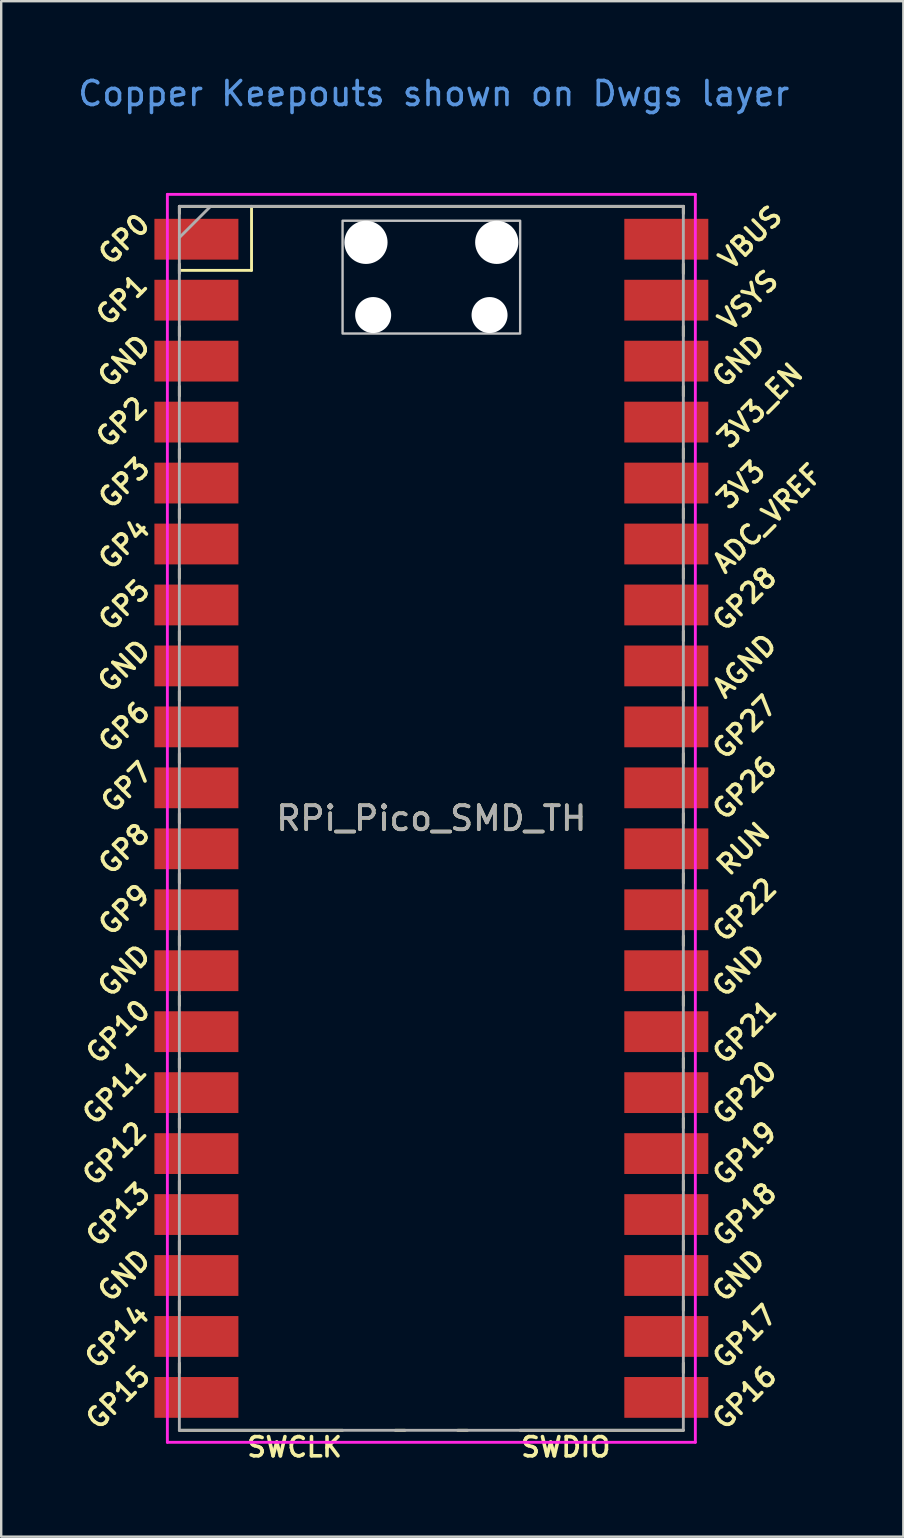
<source format=kicad_pcb>
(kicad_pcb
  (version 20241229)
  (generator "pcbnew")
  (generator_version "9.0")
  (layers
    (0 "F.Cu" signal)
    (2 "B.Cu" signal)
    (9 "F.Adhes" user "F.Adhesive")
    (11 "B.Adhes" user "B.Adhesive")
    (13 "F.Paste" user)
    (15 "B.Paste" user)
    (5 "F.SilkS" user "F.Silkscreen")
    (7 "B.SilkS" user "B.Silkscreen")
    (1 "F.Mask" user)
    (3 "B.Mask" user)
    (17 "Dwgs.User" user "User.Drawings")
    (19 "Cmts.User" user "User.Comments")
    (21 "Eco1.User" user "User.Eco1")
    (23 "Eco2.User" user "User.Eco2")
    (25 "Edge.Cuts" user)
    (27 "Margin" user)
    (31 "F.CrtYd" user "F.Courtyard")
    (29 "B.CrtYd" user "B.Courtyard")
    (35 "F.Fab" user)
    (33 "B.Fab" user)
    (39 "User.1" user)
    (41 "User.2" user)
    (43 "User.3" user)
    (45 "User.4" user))
  (footprint "RPi_Pico_SMD_TH"
    (layer "F.Cu")
    (at 14.924 31.048)
    (property "Reference" "RPi_Pico_SMD_TH" (at 0 0 0) (layer "F.SilkS") (effects (font (size 1 1) (thickness 0.15))))
    (attr through_hole)
    (fp_line (start -10.5 -25.5) (end -10.5 -25.2) (stroke (width 0.12) (type solid)) (layer "F.SilkS"))
    (fp_line (start -10.5 -25.5) (end 10.5 -25.5) (stroke (width 0.12) (type solid)) (layer "F.SilkS"))
    (fp_line (start -10.5 -23.1) (end -10.5 -22.7) (stroke (width 0.12) (type solid)) (layer "F.SilkS"))
    (fp_line (start -10.5 -22.833) (end -7.493 -22.833) (stroke (width 0.12) (type solid)) (layer "F.SilkS"))
    (fp_line (start -10.5 -20.5) (end -10.5 -20.1) (stroke (width 0.12) (type solid)) (layer "F.SilkS"))
    (fp_line (start -10.5 -18) (end -10.5 -17.6) (stroke (width 0.12) (type solid)) (layer "F.SilkS"))
    (fp_line (start -10.5 -15.4) (end -10.5 -15) (stroke (width 0.12) (type solid)) (layer "F.SilkS"))
    (fp_line (start -10.5 -12.9) (end -10.5 -12.5) (stroke (width 0.12) (type solid)) (layer "F.SilkS"))
    (fp_line (start -10.5 -10.4) (end -10.5 -10) (stroke (width 0.12) (type solid)) (layer "F.SilkS"))
    (fp_line (start -10.5 -7.8) (end -10.5 -7.4) (stroke (width 0.12) (type solid)) (layer "F.SilkS"))
    (fp_line (start -10.5 -5.3) (end -10.5 -4.9) (stroke (width 0.12) (type solid)) (layer "F.SilkS"))
    (fp_line (start -10.5 -2.7) (end -10.5 -2.3) (stroke (width 0.12) (type solid)) (layer "F.SilkS"))
    (fp_line (start -10.5 -0.2) (end -10.5 0.2) (stroke (width 0.12) (type solid)) (layer "F.SilkS"))
    (fp_line (start -10.5 2.3) (end -10.5 2.7) (stroke (width 0.12) (type solid)) (layer "F.SilkS"))
    (fp_line (start -10.5 4.9) (end -10.5 5.3) (stroke (width 0.12) (type solid)) (layer "F.SilkS"))
    (fp_line (start -10.5 7.4) (end -10.5 7.8) (stroke (width 0.12) (type solid)) (layer "F.SilkS"))
    (fp_line (start -10.5 10) (end -10.5 10.4) (stroke (width 0.12) (type solid)) (layer "F.SilkS"))
    (fp_line (start -10.5 12.5) (end -10.5 12.9) (stroke (width 0.12) (type solid)) (layer "F.SilkS"))
    (fp_line (start -10.5 15.1) (end -10.5 15.5) (stroke (width 0.12) (type solid)) (layer "F.SilkS"))
    (fp_line (start -10.5 17.6) (end -10.5 18) (stroke (width 0.12) (type solid)) (layer "F.SilkS"))
    (fp_line (start -10.5 20.1) (end -10.5 20.5) (stroke (width 0.12) (type solid)) (layer "F.SilkS"))
    (fp_line (start -10.5 22.7) (end -10.5 23.1) (stroke (width 0.12) (type solid)) (layer "F.SilkS"))
    (fp_line (start -7.493 -22.833) (end -7.493 -25.5) (stroke (width 0.12) (type solid)) (layer "F.SilkS"))
    (fp_line (start -3.7 25.5) (end -10.5 25.5) (stroke (width 0.12) (type solid)) (layer "F.SilkS"))
    (fp_line (start -1.5 25.5) (end -1.1 25.5) (stroke (width 0.12) (type solid)) (layer "F.SilkS"))
    (fp_line (start 1.1 25.5) (end 1.5 25.5) (stroke (width 0.12) (type solid)) (layer "F.SilkS"))
    (fp_line (start 10.5 -25.5) (end 10.5 -25.2) (stroke (width 0.12) (type solid)) (layer "F.SilkS"))
    (fp_line (start 10.5 -23.1) (end 10.5 -22.7) (stroke (width 0.12) (type solid)) (layer "F.SilkS"))
    (fp_line (start 10.5 -20.5) (end 10.5 -20.1) (stroke (width 0.12) (type solid)) (layer "F.SilkS"))
    (fp_line (start 10.5 -18) (end 10.5 -17.6) (stroke (width 0.12) (type solid)) (layer "F.SilkS"))
    (fp_line (start 10.5 -15.4) (end 10.5 -15) (stroke (width 0.12) (type solid)) (layer "F.SilkS"))
    (fp_line (start 10.5 -12.9) (end 10.5 -12.5) (stroke (width 0.12) (type solid)) (layer "F.SilkS"))
    (fp_line (start 10.5 -10.4) (end 10.5 -10) (stroke (width 0.12) (type solid)) (layer "F.SilkS"))
    (fp_line (start 10.5 -7.8) (end 10.5 -7.4) (stroke (width 0.12) (type solid)) (layer "F.SilkS"))
    (fp_line (start 10.5 -5.3) (end 10.5 -4.9) (stroke (width 0.12) (type solid)) (layer "F.SilkS"))
    (fp_line (start 10.5 -2.7) (end 10.5 -2.3) (stroke (width 0.12) (type solid)) (layer "F.SilkS"))
    (fp_line (start 10.5 -0.2) (end 10.5 0.2) (stroke (width 0.12) (type solid)) (layer "F.SilkS"))
    (fp_line (start 10.5 2.3) (end 10.5 2.7) (stroke (width 0.12) (type solid)) (layer "F.SilkS"))
    (fp_line (start 10.5 4.9) (end 10.5 5.3) (stroke (width 0.12) (type solid)) (layer "F.SilkS"))
    (fp_line (start 10.5 7.4) (end 10.5 7.8) (stroke (width 0.12) (type solid)) (layer "F.SilkS"))
    (fp_line (start 10.5 10) (end 10.5 10.4) (stroke (width 0.12) (type solid)) (layer "F.SilkS"))
    (fp_line (start 10.5 12.5) (end 10.5 12.9) (stroke (width 0.12) (type solid)) (layer "F.SilkS"))
    (fp_line (start 10.5 15.1) (end 10.5 15.5) (stroke (width 0.12) (type solid)) (layer "F.SilkS"))
    (fp_line (start 10.5 17.6) (end 10.5 18) (stroke (width 0.12) (type solid)) (layer "F.SilkS"))
    (fp_line (start 10.5 20.1) (end 10.5 20.5) (stroke (width 0.12) (type solid)) (layer "F.SilkS"))
    (fp_line (start 10.5 22.7) (end 10.5 23.1) (stroke (width 0.12) (type solid)) (layer "F.SilkS"))
    (fp_line (start 10.5 25.5) (end 3.7 25.5) (stroke (width 0.12) (type solid)) (layer "F.SilkS"))
    (fp_poly (pts (xy 3.7 -20.2) (xy -3.7 -20.2) (xy -3.7 -24.9) (xy 3.7 -24.9)) (stroke (width 0.1) (type solid)) (fill no) (layer "Dwgs.User"))
    (fp_line (start -11 -26) (end 11 -26) (stroke (width 0.12) (type solid)) (layer "F.CrtYd"))
    (fp_line (start -11 26) (end -11 -26) (stroke (width 0.12) (type solid)) (layer "F.CrtYd"))
    (fp_line (start 11 -26) (end 11 26) (stroke (width 0.12) (type solid)) (layer "F.CrtYd"))
    (fp_line (start 11 26) (end -11 26) (stroke (width 0.12) (type solid)) (layer "F.CrtYd"))
    (fp_line (start -10.5 -25.5) (end 10.5 -25.5) (stroke (width 0.12) (type solid)) (layer "F.Fab"))
    (fp_line (start -10.5 -24.2) (end -9.2 -25.5) (stroke (width 0.12) (type solid)) (layer "F.Fab"))
    (fp_line (start -10.5 25.5) (end -10.5 -25.5) (stroke (width 0.12) (type solid)) (layer "F.Fab"))
    (fp_line (start 10.5 -25.5) (end 10.5 25.5) (stroke (width 0.12) (type solid)) (layer "F.Fab"))
    (fp_line (start 10.5 25.5) (end -10.5 25.5) (stroke (width 0.12) (type solid)) (layer "F.Fab"))
    (fp_text user "AGND" (at 13.054 -6.35 45) (layer "F.SilkS") (effects (font (size 0.8 0.8) (thickness 0.15))))
    (fp_text user "SWDIO" (at 5.6 26.2 0) (layer "F.SilkS") (effects (font (size 0.8 0.8) (thickness 0.15))))
    (fp_text user "GP27" (at 13.054 -3.8 45) (layer "F.SilkS") (effects (font (size 0.8 0.8) (thickness 0.15))))
    (fp_text user "GP3" (at -12.8 -13.97 45) (layer "F.SilkS") (effects (font (size 0.8 0.8) (thickness 0.15))))
    (fp_text user "GND" (at -12.8 -19.05 45) (layer "F.SilkS") (effects (font (size 0.8 0.8) (thickness 0.15))))
    (fp_text user "GP12" (at -13.2 13.97 45) (layer "F.SilkS") (effects (font (size 0.8 0.8) (thickness 0.15))))
    (fp_text user "GP6" (at -12.8 -3.81 45) (layer "F.SilkS") (effects (font (size 0.8 0.8) (thickness 0.15))))
    (fp_text user "GND" (at -12.8 -6.35 45) (layer "F.SilkS") (effects (font (size 0.8 0.8) (thickness 0.15))))
    (fp_text user "SWCLK" (at -5.7 26.2 0) (layer "F.SilkS") (effects (font (size 0.8 0.8) (thickness 0.15))))
    (fp_text user "GP13" (at -13.054 16.51 45) (layer "F.SilkS") (effects (font (size 0.8 0.8) (thickness 0.15))))
    (fp_text user "GP15" (at -13.054 24.13 45) (layer "F.SilkS") (effects (font (size 0.8 0.8) (thickness 0.15))))
    (fp_text user "GP16" (at 13.054 24.13 45) (layer "F.SilkS") (effects (font (size 0.8 0.8) (thickness 0.15))))
    (fp_text user "GP0" (at -12.8 -24.13 45) (layer "F.SilkS") (effects (font (size 0.8 0.8) (thickness 0.15))))
    (fp_text user "VBUS" (at 13.3 -24.2 45) (layer "F.SilkS") (effects (font (size 0.8 0.8) (thickness 0.15))))
    (fp_text user "ADC_VREF" (at 14 -12.5 45) (layer "F.SilkS") (effects (font (size 0.8 0.8) (thickness 0.15))))
    (fp_text user "GP20" (at 13.054 11.43 45) (layer "F.SilkS") (effects (font (size 0.8 0.8) (thickness 0.15))))
    (fp_text user "GP11" (at -13.2 11.43 45) (layer "F.SilkS") (effects (font (size 0.8 0.8) (thickness 0.15))))
    (fp_text user "GP28" (at 13.054 -9.144 45) (layer "F.SilkS") (effects (font (size 0.8 0.8) (thickness 0.15))))
    (fp_text user "3V3_EN" (at 13.7 -17.2 45) (layer "F.SilkS") (effects (font (size 0.8 0.8) (thickness 0.15))))
    (fp_text user "GND" (at -12.8 6.35 45) (layer "F.SilkS") (effects (font (size 0.8 0.8) (thickness 0.15))))
    (fp_text user "GP19" (at 13.054 13.97 45) (layer "F.SilkS") (effects (font (size 0.8 0.8) (thickness 0.15))))
    (fp_text user "3V3" (at 12.9 -13.9 45) (layer "F.SilkS") (effects (font (size 0.8 0.8) (thickness 0.15))))
    (fp_text user "GP22" (at 13.054 3.81 45) (layer "F.SilkS") (effects (font (size 0.8 0.8) (thickness 0.15))))
    (fp_text user "GP17" (at 13.054 21.59 45) (layer "F.SilkS") (effects (font (size 0.8 0.8) (thickness 0.15))))
    (fp_text user "GP9" (at -12.8 3.81 45) (layer "F.SilkS") (effects (font (size 0.8 0.8) (thickness 0.15))))
    (fp_text user "GND" (at -12.8 19.05 45) (layer "F.SilkS") (effects (font (size 0.8 0.8) (thickness 0.15))))
    (fp_text user "VSYS" (at 13.2 -21.59 45) (layer "F.SilkS") (effects (font (size 0.8 0.8) (thickness 0.15))))
    (fp_text user "GP7" (at -12.7 -1.3 45) (layer "F.SilkS") (effects (font (size 0.8 0.8) (thickness 0.15))))
    (fp_text user "GP21" (at 13.054 8.9 45) (layer "F.SilkS") (effects (font (size 0.8 0.8) (thickness 0.15))))
    (fp_text user "GND" (at 12.8 19.05 45) (layer "F.SilkS") (effects (font (size 0.8 0.8) (thickness 0.15))))
    (fp_text user "GND" (at 12.8 -19.05 45) (layer "F.SilkS") (effects (font (size 0.8 0.8) (thickness 0.15))))
    (fp_text user "GND" (at 12.8 6.35 45) (layer "F.SilkS") (effects (font (size 0.8 0.8) (thickness 0.15))))
    (fp_text user "GP4" (at -12.8 -11.43 45) (layer "F.SilkS") (effects (font (size 0.8 0.8) (thickness 0.15))))
    (fp_text user "RUN" (at 13 1.27 45) (layer "F.SilkS") (effects (font (size 0.8 0.8) (thickness 0.15))))
    (fp_text user "GP26" (at 13.054 -1.27 45) (layer "F.SilkS") (effects (font (size 0.8 0.8) (thickness 0.15))))
    (fp_text user "GP2" (at -12.9 -16.51 45) (layer "F.SilkS") (effects (font (size 0.8 0.8) (thickness 0.15))))
    (fp_text user "GP14" (at -13.1 21.59 45) (layer "F.SilkS") (effects (font (size 0.8 0.8) (thickness 0.15))))
    (fp_text user "GP5" (at -12.8 -8.89 45) (layer "F.SilkS") (effects (font (size 0.8 0.8) (thickness 0.15))))
    (fp_text user "GP10" (at -13.054 8.89 45) (layer "F.SilkS") (effects (font (size 0.8 0.8) (thickness 0.15))))
    (fp_text user "GP1" (at -12.9 -21.6 45) (layer "F.SilkS") (effects (font (size 0.8 0.8) (thickness 0.15))))
    (fp_text user "GP18" (at 13.054 16.51 45) (layer "F.SilkS") (effects (font (size 0.8 0.8) (thickness 0.15))))
    (fp_text user "GP8" (at -12.8 1.27 45) (layer "F.SilkS") (effects (font (size 0.8 0.8) (thickness 0.15))))
    (fp_text user "Copper Keepouts shown on Dwgs layer" (at 0.1 -30.2 0) (layer "Cmts.User") (effects (font (size 1 1) (thickness 0.15))))
    (fp_text user "${REFERENCE}" (at 0 0 180) (layer "F.Fab") (effects (font (size 1 1) (thickness 0.15))))
    (pad "" np_thru_hole oval (at -2.725 -24) (size 1.8 1.8) (drill 1.8) (layers "*.Cu" "*.Mask"))
    (pad "" np_thru_hole oval (at -2.425 -20.97) (size 1.5 1.5) (drill 1.5) (layers "*.Cu" "*.Mask"))
    (pad "" np_thru_hole oval (at 2.425 -20.97) (size 1.5 1.5) (drill 1.5) (layers "*.Cu" "*.Mask"))
    (pad "" np_thru_hole oval (at 2.725 -24) (size 1.8 1.8) (drill 1.8) (layers "*.Cu" "*.Mask"))
    (pad "1" smd rect (at -8.89 -24.13) (size 3.5 1.7) (drill (offset -0.9 0)) (layers "F.Cu" "F.Mask"))
    (pad "2" smd rect (at -8.89 -21.59) (size 3.5 1.7) (drill (offset -0.9 0)) (layers "F.Cu" "F.Mask"))
    (pad "3" smd rect (at -8.89 -19.05) (size 3.5 1.7) (drill (offset -0.9 0)) (layers "F.Cu" "F.Mask"))
    (pad "4" smd rect (at -8.89 -16.51) (size 3.5 1.7) (drill (offset -0.9 0)) (layers "F.Cu" "F.Mask"))
    (pad "5" smd rect (at -8.89 -13.97) (size 3.5 1.7) (drill (offset -0.9 0)) (layers "F.Cu" "F.Mask"))
    (pad "6" smd rect (at -8.89 -11.43) (size 3.5 1.7) (drill (offset -0.9 0)) (layers "F.Cu" "F.Mask"))
    (pad "7" smd rect (at -8.89 -8.89) (size 3.5 1.7) (drill (offset -0.9 0)) (layers "F.Cu" "F.Mask"))
    (pad "8" smd rect (at -8.89 -6.35) (size 3.5 1.7) (drill (offset -0.9 0)) (layers "F.Cu" "F.Mask"))
    (pad "9" smd rect (at -8.89 -3.81) (size 3.5 1.7) (drill (offset -0.9 0)) (layers "F.Cu" "F.Mask"))
    (pad "10" smd rect (at -8.89 -1.27) (size 3.5 1.7) (drill (offset -0.9 0)) (layers "F.Cu" "F.Mask"))
    (pad "11" smd rect (at -8.89 1.27) (size 3.5 1.7) (drill (offset -0.9 0)) (layers "F.Cu" "F.Mask"))
    (pad "12" smd rect (at -8.89 3.81) (size 3.5 1.7) (drill (offset -0.9 0)) (layers "F.Cu" "F.Mask"))
    (pad "13" smd rect (at -8.89 6.35) (size 3.5 1.7) (drill (offset -0.9 0)) (layers "F.Cu" "F.Mask"))
    (pad "14" smd rect (at -8.89 8.89) (size 3.5 1.7) (drill (offset -0.9 0)) (layers "F.Cu" "F.Mask"))
    (pad "15" smd rect (at -8.89 11.43) (size 3.5 1.7) (drill (offset -0.9 0)) (layers "F.Cu" "F.Mask"))
    (pad "16" smd rect (at -8.89 13.97) (size 3.5 1.7) (drill (offset -0.9 0)) (layers "F.Cu" "F.Mask"))
    (pad "17" smd rect (at -8.89 16.51) (size 3.5 1.7) (drill (offset -0.9 0)) (layers "F.Cu" "F.Mask"))
    (pad "18" smd rect (at -8.89 19.05) (size 3.5 1.7) (drill (offset -0.9 0)) (layers "F.Cu" "F.Mask"))
    (pad "19" smd rect (at -8.89 21.59) (size 3.5 1.7) (drill (offset -0.9 0)) (layers "F.Cu" "F.Mask"))
    (pad "20" smd rect (at -8.89 24.13) (size 3.5 1.7) (drill (offset -0.9 0)) (layers "F.Cu" "F.Mask"))
    (pad "21" smd rect (at 8.89 24.13) (size 3.5 1.7) (drill (offset 0.9 0)) (layers "F.Cu" "F.Mask"))
    (pad "22" smd rect (at 8.89 21.59) (size 3.5 1.7) (drill (offset 0.9 0)) (layers "F.Cu" "F.Mask"))
    (pad "23" smd rect (at 8.89 19.05) (size 3.5 1.7) (drill (offset 0.9 0)) (layers "F.Cu" "F.Mask"))
    (pad "24" smd rect (at 8.89 16.51) (size 3.5 1.7) (drill (offset 0.9 0)) (layers "F.Cu" "F.Mask"))
    (pad "25" smd rect (at 8.89 13.97) (size 3.5 1.7) (drill (offset 0.9 0)) (layers "F.Cu" "F.Mask"))
    (pad "26" smd rect (at 8.89 11.43) (size 3.5 1.7) (drill (offset 0.9 0)) (layers "F.Cu" "F.Mask"))
    (pad "27" smd rect (at 8.89 8.89) (size 3.5 1.7) (drill (offset 0.9 0)) (layers "F.Cu" "F.Mask"))
    (pad "28" smd rect (at 8.89 6.35) (size 3.5 1.7) (drill (offset 0.9 0)) (layers "F.Cu" "F.Mask"))
    (pad "29" smd rect (at 8.89 3.81) (size 3.5 1.7) (drill (offset 0.9 0)) (layers "F.Cu" "F.Mask"))
    (pad "30" smd rect (at 8.89 1.27) (size 3.5 1.7) (drill (offset 0.9 0)) (layers "F.Cu" "F.Mask"))
    (pad "31" smd rect (at 8.89 -1.27) (size 3.5 1.7) (drill (offset 0.9 0)) (layers "F.Cu" "F.Mask"))
    (pad "32" smd rect (at 8.89 -3.81) (size 3.5 1.7) (drill (offset 0.9 0)) (layers "F.Cu" "F.Mask"))
    (pad "33" smd rect (at 8.89 -6.35) (size 3.5 1.7) (drill (offset 0.9 0)) (layers "F.Cu" "F.Mask"))
    (pad "34" smd rect (at 8.89 -8.89) (size 3.5 1.7) (drill (offset 0.9 0)) (layers "F.Cu" "F.Mask"))
    (pad "35" smd rect (at 8.89 -11.43) (size 3.5 1.7) (drill (offset 0.9 0)) (layers "F.Cu" "F.Mask"))
    (pad "36" smd rect (at 8.89 -13.97) (size 3.5 1.7) (drill (offset 0.9 0)) (layers "F.Cu" "F.Mask"))
    (pad "37" smd rect (at 8.89 -16.51) (size 3.5 1.7) (drill (offset 0.9 0)) (layers "F.Cu" "F.Mask"))
    (pad "38" smd rect (at 8.89 -19.05) (size 3.5 1.7) (drill (offset 0.9 0)) (layers "F.Cu" "F.Mask"))
    (pad "39" smd rect (at 8.89 -21.59) (size 3.5 1.7) (drill (offset 0.9 0)) (layers "F.Cu" "F.Mask"))
    (pad "40" smd rect (at 8.89 -24.13) (size 3.5 1.7) (drill (offset 0.9 0)) (layers "F.Cu" "F.Mask")))
  (gr_rect
    (start -3 -3)
    (end 34.591 60.98)
    (stroke (width 0.1) (type default))
    (fill no)
    (layer "Edge.Cuts")))
</source>
